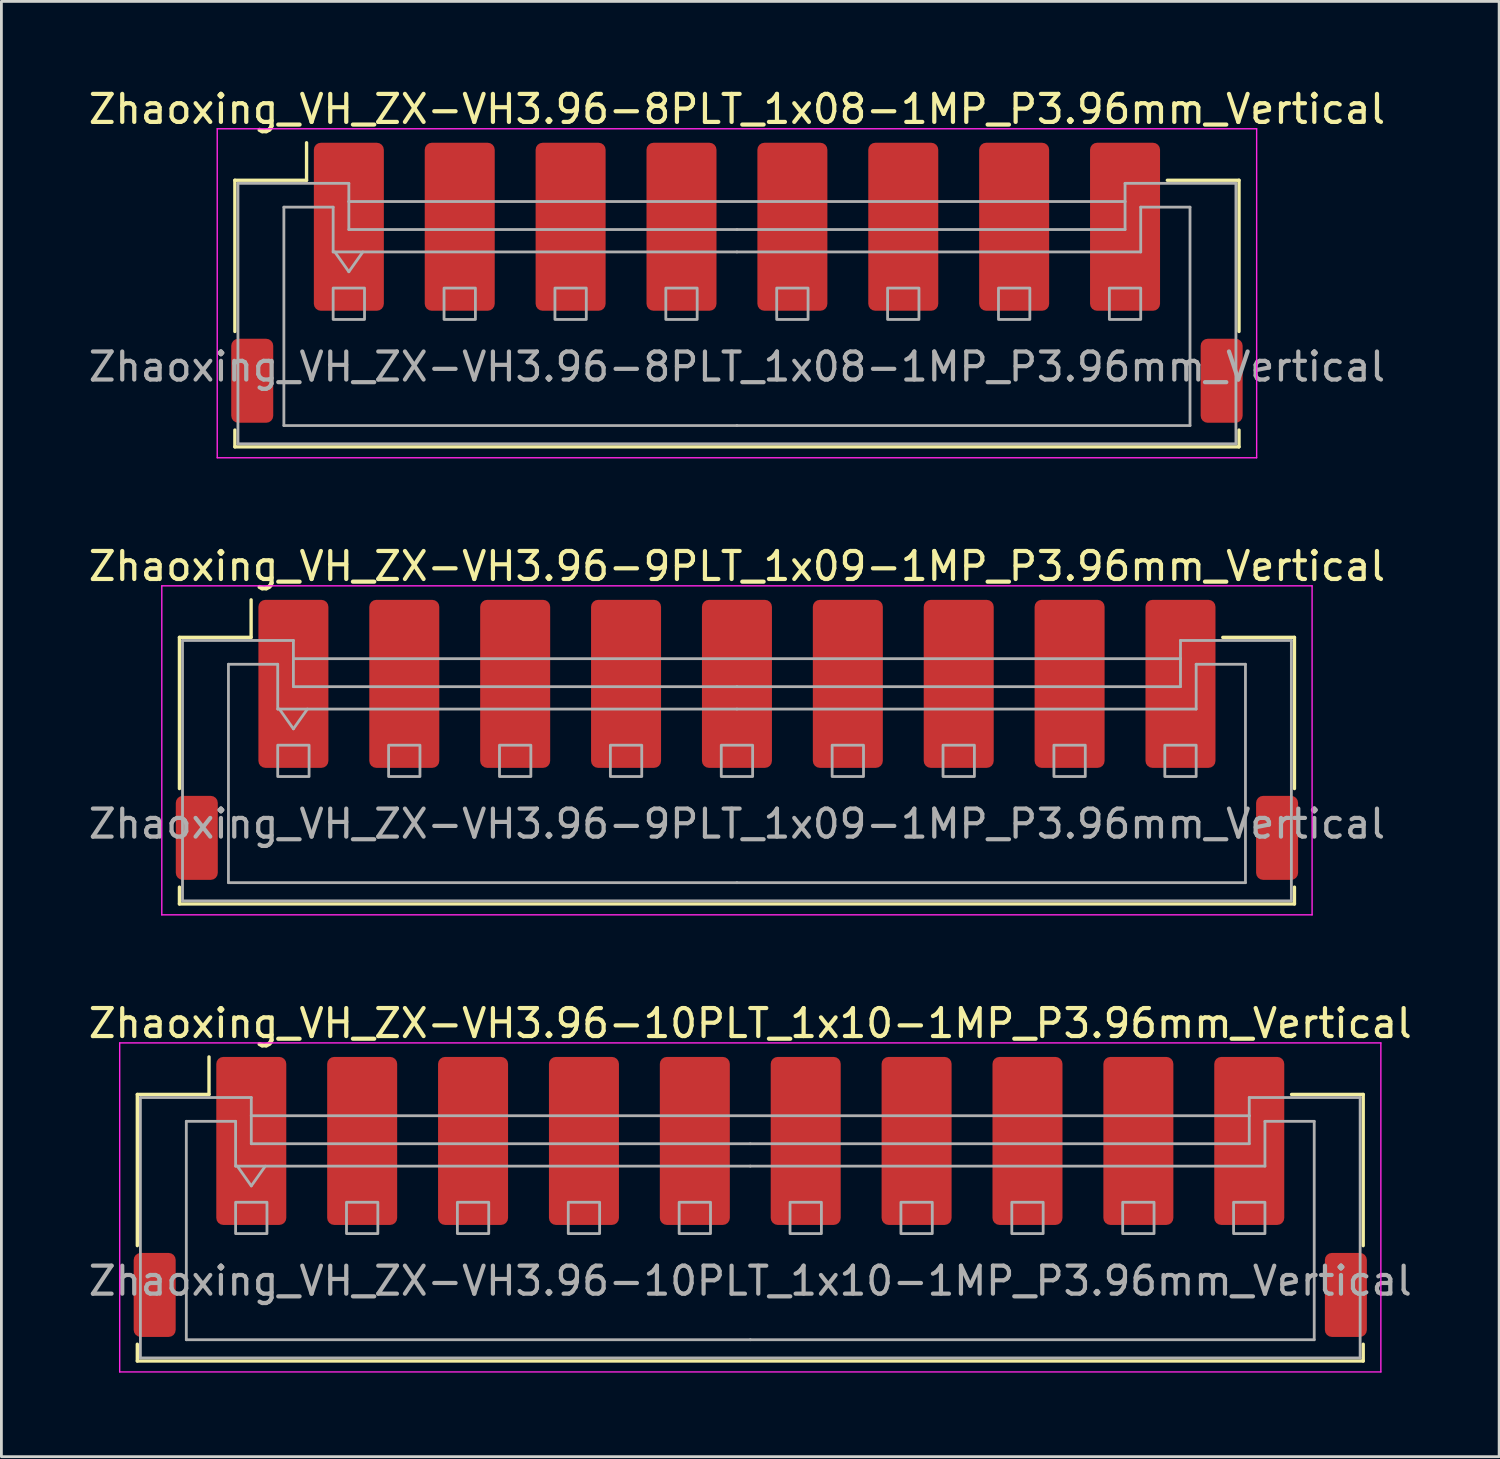
<source format=kicad_pcb>
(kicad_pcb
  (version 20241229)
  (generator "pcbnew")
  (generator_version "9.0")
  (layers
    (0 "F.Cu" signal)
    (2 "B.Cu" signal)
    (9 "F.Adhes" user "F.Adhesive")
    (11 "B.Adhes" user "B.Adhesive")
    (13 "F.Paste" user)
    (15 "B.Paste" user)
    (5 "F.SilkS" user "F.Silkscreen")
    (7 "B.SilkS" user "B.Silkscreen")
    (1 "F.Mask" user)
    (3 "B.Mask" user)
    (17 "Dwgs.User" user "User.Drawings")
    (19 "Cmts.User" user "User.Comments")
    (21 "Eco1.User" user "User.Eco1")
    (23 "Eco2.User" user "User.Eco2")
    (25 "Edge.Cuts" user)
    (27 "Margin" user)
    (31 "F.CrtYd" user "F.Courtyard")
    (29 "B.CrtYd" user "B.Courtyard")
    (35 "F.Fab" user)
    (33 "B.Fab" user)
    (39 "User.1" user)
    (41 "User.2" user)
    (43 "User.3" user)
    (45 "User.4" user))
  (footprint "Zhaoxing_VH_ZX-VH3.96-8PLT_1x08-1MP_P3.96mm_Vertical"
    (layer "F.Cu")
    (at 23.268 7.048)
    (property "Reference" "Zhaoxing_VH_ZX-VH3.96-8PLT_1x08-1MP_P3.96mm_Vertical" (at 0 -6.2 0) (layer "F.SilkS") (effects (font (size 1 1) (thickness 0.15))))
    (attr smd)
    (fp_line (start -17.93 -3.66) (end -15.37 -3.66) (stroke (width 0.12) (type solid)) (layer "F.SilkS"))
    (fp_line (start -17.93 1.74) (end -17.93 -3.66) (stroke (width 0.12) (type solid)) (layer "F.SilkS"))
    (fp_line (start -17.93 5.26) (end -17.93 5.86) (stroke (width 0.12) (type solid)) (layer "F.SilkS"))
    (fp_line (start -17.93 5.86) (end 17.93 5.86) (stroke (width 0.12) (type solid)) (layer "F.SilkS"))
    (fp_line (start -15.37 -3.66) (end -15.37 -5) (stroke (width 0.12) (type solid)) (layer "F.SilkS"))
    (fp_line (start 17.93 -3.66) (end 15.37 -3.66) (stroke (width 0.12) (type solid)) (layer "F.SilkS"))
    (fp_line (start 17.93 1.74) (end 17.93 -3.66) (stroke (width 0.12) (type solid)) (layer "F.SilkS"))
    (fp_line (start 17.93 5.86) (end 17.93 5.26) (stroke (width 0.12) (type solid)) (layer "F.SilkS"))
    (fp_line (start -18.56 -5.5) (end -18.56 6.25) (stroke (width 0.05) (type solid)) (layer "F.CrtYd"))
    (fp_line (start -18.56 6.25) (end 18.56 6.25) (stroke (width 0.05) (type solid)) (layer "F.CrtYd"))
    (fp_line (start 18.56 -5.5) (end -18.56 -5.5) (stroke (width 0.05) (type solid)) (layer "F.CrtYd"))
    (fp_line (start 18.56 6.25) (end 18.56 -5.5) (stroke (width 0.05) (type solid)) (layer "F.CrtYd"))
    (fp_line (start -17.82 -3.55) (end -17.82 5.75) (stroke (width 0.1) (type solid)) (layer "F.Fab"))
    (fp_line (start -17.82 -3.55) (end -13.86 -3.55) (stroke (width 0.1) (type solid)) (layer "F.Fab"))
    (fp_line (start -17.82 5.75) (end 17.82 5.75) (stroke (width 0.1) (type solid)) (layer "F.Fab"))
    (fp_line (start -16.18 -2.7) (end -16.18 5.1) (stroke (width 0.1) (type solid)) (layer "F.Fab"))
    (fp_line (start -16.18 5.1) (end 0 5.1) (stroke (width 0.1) (type solid)) (layer "F.Fab"))
    (fp_line (start -14.42 -2.7) (end -16.18 -2.7) (stroke (width 0.1) (type solid)) (layer "F.Fab"))
    (fp_line (start -14.42 -1.1) (end -14.42 -2.7) (stroke (width 0.1) (type solid)) (layer "F.Fab"))
    (fp_line (start -14.36 -1.1) (end -13.86 -0.393) (stroke (width 0.1) (type solid)) (layer "F.Fab"))
    (fp_line (start -13.86 -3.55) (end -13.86 -2.9) (stroke (width 0.1) (type solid)) (layer "F.Fab"))
    (fp_line (start -13.86 -2.9) (end 13.86 -2.9) (stroke (width 0.1) (type solid)) (layer "F.Fab"))
    (fp_line (start -13.86 -1.9) (end -13.86 -2.9) (stroke (width 0.1) (type solid)) (layer "F.Fab"))
    (fp_line (start -13.86 -0.393) (end -13.36 -1.1) (stroke (width 0.1) (type solid)) (layer "F.Fab"))
    (fp_line (start 0 -1.9) (end -13.86 -1.9) (stroke (width 0.1) (type solid)) (layer "F.Fab"))
    (fp_line (start 0 -1.9) (end 13.86 -1.9) (stroke (width 0.1) (type solid)) (layer "F.Fab"))
    (fp_line (start 0 -1.1) (end -14.42 -1.1) (stroke (width 0.1) (type solid)) (layer "F.Fab"))
    (fp_line (start 0 -1.1) (end 14.42 -1.1) (stroke (width 0.1) (type solid)) (layer "F.Fab"))
    (fp_line (start 13.86 -3.55) (end 17.82 -3.55) (stroke (width 0.1) (type solid)) (layer "F.Fab"))
    (fp_line (start 13.86 -2.9) (end 13.86 -3.55) (stroke (width 0.1) (type solid)) (layer "F.Fab"))
    (fp_line (start 13.86 -1.9) (end 13.86 -2.9) (stroke (width 0.1) (type solid)) (layer "F.Fab"))
    (fp_line (start 14.42 -2.7) (end 16.18 -2.7) (stroke (width 0.1) (type solid)) (layer "F.Fab"))
    (fp_line (start 14.42 -1.1) (end 14.42 -2.7) (stroke (width 0.1) (type solid)) (layer "F.Fab"))
    (fp_line (start 16.18 -2.7) (end 16.18 5.1) (stroke (width 0.1) (type solid)) (layer "F.Fab"))
    (fp_line (start 16.18 5.1) (end 0 5.1) (stroke (width 0.1) (type solid)) (layer "F.Fab"))
    (fp_line (start 17.82 -3.55) (end 17.82 5.75) (stroke (width 0.1) (type solid)) (layer "F.Fab"))
    (fp_rect (start -14.42 0.19) (end -13.3 1.31) (stroke (width 0.1) (type solid)) (fill no) (layer "F.Fab"))
    (fp_rect (start -10.46 0.19) (end -9.34 1.31) (stroke (width 0.1) (type solid)) (fill no) (layer "F.Fab"))
    (fp_rect (start -6.5 0.19) (end -5.38 1.31) (stroke (width 0.1) (type solid)) (fill no) (layer "F.Fab"))
    (fp_rect (start -2.54 0.19) (end -1.42 1.31) (stroke (width 0.1) (type solid)) (fill no) (layer "F.Fab"))
    (fp_rect (start 1.42 0.19) (end 2.54 1.31) (stroke (width 0.1) (type solid)) (fill no) (layer "F.Fab"))
    (fp_rect (start 5.38 0.19) (end 6.5 1.31) (stroke (width 0.1) (type solid)) (fill no) (layer "F.Fab"))
    (fp_rect (start 9.34 0.19) (end 10.46 1.31) (stroke (width 0.1) (type solid)) (fill no) (layer "F.Fab"))
    (fp_rect (start 13.3 0.19) (end 14.42 1.31) (stroke (width 0.1) (type solid)) (fill no) (layer "F.Fab"))
    (fp_text user "${REFERENCE}" (at 0 3 0) (layer "F.Fab") (effects (font (size 1 1) (thickness 0.15))))
    (pad "1" smd roundrect (at -13.86 -2) (size 2.5 6) (layers "F.Cu" "F.Mask" "F.Paste") (roundrect_rratio 0.1))
    (pad "2" smd roundrect (at -9.9 -2) (size 2.5 6) (layers "F.Cu" "F.Mask" "F.Paste") (roundrect_rratio 0.1))
    (pad "3" smd roundrect (at -5.94 -2) (size 2.5 6) (layers "F.Cu" "F.Mask" "F.Paste") (roundrect_rratio 0.1))
    (pad "4" smd roundrect (at -1.98 -2) (size 2.5 6) (layers "F.Cu" "F.Mask" "F.Paste") (roundrect_rratio 0.1))
    (pad "5" smd roundrect (at 1.98 -2) (size 2.5 6) (layers "F.Cu" "F.Mask" "F.Paste") (roundrect_rratio 0.1))
    (pad "6" smd roundrect (at 5.94 -2) (size 2.5 6) (layers "F.Cu" "F.Mask" "F.Paste") (roundrect_rratio 0.1))
    (pad "7" smd roundrect (at 9.9 -2) (size 2.5 6) (layers "F.Cu" "F.Mask" "F.Paste") (roundrect_rratio 0.1))
    (pad "8" smd roundrect (at 13.86 -2) (size 2.5 6) (layers "F.Cu" "F.Mask" "F.Paste") (roundrect_rratio 0.1))
    (pad "MP" smd roundrect (at -17.31 3.5) (size 1.5 3) (layers "F.Cu" "F.Mask" "F.Paste") (roundrect_rratio 0.167))
    (pad "MP" smd roundrect (at 17.31 3.5) (size 1.5 3) (layers "F.Cu" "F.Mask" "F.Paste") (roundrect_rratio 0.167)))
  (footprint "Zhaoxing_VH_ZX-VH3.96-10PLT_1x10-1MP_P3.96mm_Vertical"
    (layer "F.Cu")
    (at 23.744 39.695)
    (property "Reference" "Zhaoxing_VH_ZX-VH3.96-10PLT_1x10-1MP_P3.96mm_Vertical" (at 0 -6.2 0) (layer "F.SilkS") (effects (font (size 1 1) (thickness 0.15))))
    (attr smd)
    (fp_line (start -21.89 -3.66) (end -19.33 -3.66) (stroke (width 0.12) (type solid)) (layer "F.SilkS"))
    (fp_line (start -21.89 1.74) (end -21.89 -3.66) (stroke (width 0.12) (type solid)) (layer "F.SilkS"))
    (fp_line (start -21.89 5.26) (end -21.89 5.86) (stroke (width 0.12) (type solid)) (layer "F.SilkS"))
    (fp_line (start -21.89 5.86) (end 21.89 5.86) (stroke (width 0.12) (type solid)) (layer "F.SilkS"))
    (fp_line (start -19.33 -3.66) (end -19.33 -5) (stroke (width 0.12) (type solid)) (layer "F.SilkS"))
    (fp_line (start 21.89 -3.66) (end 19.33 -3.66) (stroke (width 0.12) (type solid)) (layer "F.SilkS"))
    (fp_line (start 21.89 1.74) (end 21.89 -3.66) (stroke (width 0.12) (type solid)) (layer "F.SilkS"))
    (fp_line (start 21.89 5.86) (end 21.89 5.26) (stroke (width 0.12) (type solid)) (layer "F.SilkS"))
    (fp_line (start -22.52 -5.5) (end -22.52 6.25) (stroke (width 0.05) (type solid)) (layer "F.CrtYd"))
    (fp_line (start -22.52 6.25) (end 22.52 6.25) (stroke (width 0.05) (type solid)) (layer "F.CrtYd"))
    (fp_line (start 22.52 -5.5) (end -22.52 -5.5) (stroke (width 0.05) (type solid)) (layer "F.CrtYd"))
    (fp_line (start 22.52 6.25) (end 22.52 -5.5) (stroke (width 0.05) (type solid)) (layer "F.CrtYd"))
    (fp_line (start -21.78 -3.55) (end -21.78 5.75) (stroke (width 0.1) (type solid)) (layer "F.Fab"))
    (fp_line (start -21.78 -3.55) (end -17.82 -3.55) (stroke (width 0.1) (type solid)) (layer "F.Fab"))
    (fp_line (start -21.78 5.75) (end 21.78 5.75) (stroke (width 0.1) (type solid)) (layer "F.Fab"))
    (fp_line (start -20.14 -2.7) (end -20.14 5.1) (stroke (width 0.1) (type solid)) (layer "F.Fab"))
    (fp_line (start -20.14 5.1) (end 0 5.1) (stroke (width 0.1) (type solid)) (layer "F.Fab"))
    (fp_line (start -18.38 -2.7) (end -20.14 -2.7) (stroke (width 0.1) (type solid)) (layer "F.Fab"))
    (fp_line (start -18.38 -1.1) (end -18.38 -2.7) (stroke (width 0.1) (type solid)) (layer "F.Fab"))
    (fp_line (start -18.32 -1.1) (end -17.82 -0.393) (stroke (width 0.1) (type solid)) (layer "F.Fab"))
    (fp_line (start -17.82 -3.55) (end -17.82 -2.9) (stroke (width 0.1) (type solid)) (layer "F.Fab"))
    (fp_line (start -17.82 -2.9) (end 17.82 -2.9) (stroke (width 0.1) (type solid)) (layer "F.Fab"))
    (fp_line (start -17.82 -1.9) (end -17.82 -2.9) (stroke (width 0.1) (type solid)) (layer "F.Fab"))
    (fp_line (start -17.82 -0.393) (end -17.32 -1.1) (stroke (width 0.1) (type solid)) (layer "F.Fab"))
    (fp_line (start 0 -1.9) (end -17.82 -1.9) (stroke (width 0.1) (type solid)) (layer "F.Fab"))
    (fp_line (start 0 -1.9) (end 17.82 -1.9) (stroke (width 0.1) (type solid)) (layer "F.Fab"))
    (fp_line (start 0 -1.1) (end -18.38 -1.1) (stroke (width 0.1) (type solid)) (layer "F.Fab"))
    (fp_line (start 0 -1.1) (end 18.38 -1.1) (stroke (width 0.1) (type solid)) (layer "F.Fab"))
    (fp_line (start 17.82 -3.55) (end 21.78 -3.55) (stroke (width 0.1) (type solid)) (layer "F.Fab"))
    (fp_line (start 17.82 -2.9) (end 17.82 -3.55) (stroke (width 0.1) (type solid)) (layer "F.Fab"))
    (fp_line (start 17.82 -1.9) (end 17.82 -2.9) (stroke (width 0.1) (type solid)) (layer "F.Fab"))
    (fp_line (start 18.38 -2.7) (end 20.14 -2.7) (stroke (width 0.1) (type solid)) (layer "F.Fab"))
    (fp_line (start 18.38 -1.1) (end 18.38 -2.7) (stroke (width 0.1) (type solid)) (layer "F.Fab"))
    (fp_line (start 20.14 -2.7) (end 20.14 5.1) (stroke (width 0.1) (type solid)) (layer "F.Fab"))
    (fp_line (start 20.14 5.1) (end 0 5.1) (stroke (width 0.1) (type solid)) (layer "F.Fab"))
    (fp_line (start 21.78 -3.55) (end 21.78 5.75) (stroke (width 0.1) (type solid)) (layer "F.Fab"))
    (fp_rect (start -18.38 0.19) (end -17.26 1.31) (stroke (width 0.1) (type solid)) (fill no) (layer "F.Fab"))
    (fp_rect (start -14.42 0.19) (end -13.3 1.31) (stroke (width 0.1) (type solid)) (fill no) (layer "F.Fab"))
    (fp_rect (start -10.46 0.19) (end -9.34 1.31) (stroke (width 0.1) (type solid)) (fill no) (layer "F.Fab"))
    (fp_rect (start -6.5 0.19) (end -5.38 1.31) (stroke (width 0.1) (type solid)) (fill no) (layer "F.Fab"))
    (fp_rect (start -2.54 0.19) (end -1.42 1.31) (stroke (width 0.1) (type solid)) (fill no) (layer "F.Fab"))
    (fp_rect (start 1.42 0.19) (end 2.54 1.31) (stroke (width 0.1) (type solid)) (fill no) (layer "F.Fab"))
    (fp_rect (start 5.38 0.19) (end 6.5 1.31) (stroke (width 0.1) (type solid)) (fill no) (layer "F.Fab"))
    (fp_rect (start 9.34 0.19) (end 10.46 1.31) (stroke (width 0.1) (type solid)) (fill no) (layer "F.Fab"))
    (fp_rect (start 13.3 0.19) (end 14.42 1.31) (stroke (width 0.1) (type solid)) (fill no) (layer "F.Fab"))
    (fp_rect (start 17.26 0.19) (end 18.38 1.31) (stroke (width 0.1) (type solid)) (fill no) (layer "F.Fab"))
    (fp_text user "${REFERENCE}" (at 0 3 0) (layer "F.Fab") (effects (font (size 1 1) (thickness 0.15))))
    (pad "1" smd roundrect (at -17.82 -2) (size 2.5 6) (layers "F.Cu" "F.Mask" "F.Paste") (roundrect_rratio 0.1))
    (pad "2" smd roundrect (at -13.86 -2) (size 2.5 6) (layers "F.Cu" "F.Mask" "F.Paste") (roundrect_rratio 0.1))
    (pad "3" smd roundrect (at -9.9 -2) (size 2.5 6) (layers "F.Cu" "F.Mask" "F.Paste") (roundrect_rratio 0.1))
    (pad "4" smd roundrect (at -5.94 -2) (size 2.5 6) (layers "F.Cu" "F.Mask" "F.Paste") (roundrect_rratio 0.1))
    (pad "5" smd roundrect (at -1.98 -2) (size 2.5 6) (layers "F.Cu" "F.Mask" "F.Paste") (roundrect_rratio 0.1))
    (pad "6" smd roundrect (at 1.98 -2) (size 2.5 6) (layers "F.Cu" "F.Mask" "F.Paste") (roundrect_rratio 0.1))
    (pad "7" smd roundrect (at 5.94 -2) (size 2.5 6) (layers "F.Cu" "F.Mask" "F.Paste") (roundrect_rratio 0.1))
    (pad "8" smd roundrect (at 9.9 -2) (size 2.5 6) (layers "F.Cu" "F.Mask" "F.Paste") (roundrect_rratio 0.1))
    (pad "9" smd roundrect (at 13.86 -2) (size 2.5 6) (layers "F.Cu" "F.Mask" "F.Paste") (roundrect_rratio 0.1))
    (pad "10" smd roundrect (at 17.82 -2) (size 2.5 6) (layers "F.Cu" "F.Mask" "F.Paste") (roundrect_rratio 0.1))
    (pad "MP" smd roundrect (at -21.27 3.5) (size 1.5 3) (layers "F.Cu" "F.Mask" "F.Paste") (roundrect_rratio 0.167))
    (pad "MP" smd roundrect (at 21.27 3.5) (size 1.5 3) (layers "F.Cu" "F.Mask" "F.Paste") (roundrect_rratio 0.167)))
  (footprint "Zhaoxing_VH_ZX-VH3.96-9PLT_1x09-1MP_P3.96mm_Vertical"
    (layer "F.Cu")
    (at 23.268 23.372)
    (property "Reference" "Zhaoxing_VH_ZX-VH3.96-9PLT_1x09-1MP_P3.96mm_Vertical" (at 0 -6.2 0) (layer "F.SilkS") (effects (font (size 1 1) (thickness 0.15))))
    (attr smd)
    (fp_line (start -19.91 -3.66) (end -17.35 -3.66) (stroke (width 0.12) (type solid)) (layer "F.SilkS"))
    (fp_line (start -19.91 1.74) (end -19.91 -3.66) (stroke (width 0.12) (type solid)) (layer "F.SilkS"))
    (fp_line (start -19.91 5.26) (end -19.91 5.86) (stroke (width 0.12) (type solid)) (layer "F.SilkS"))
    (fp_line (start -19.91 5.86) (end 19.91 5.86) (stroke (width 0.12) (type solid)) (layer "F.SilkS"))
    (fp_line (start -17.35 -3.66) (end -17.35 -5) (stroke (width 0.12) (type solid)) (layer "F.SilkS"))
    (fp_line (start 19.91 -3.66) (end 17.35 -3.66) (stroke (width 0.12) (type solid)) (layer "F.SilkS"))
    (fp_line (start 19.91 1.74) (end 19.91 -3.66) (stroke (width 0.12) (type solid)) (layer "F.SilkS"))
    (fp_line (start 19.91 5.86) (end 19.91 5.26) (stroke (width 0.12) (type solid)) (layer "F.SilkS"))
    (fp_line (start -20.54 -5.5) (end -20.54 6.25) (stroke (width 0.05) (type solid)) (layer "F.CrtYd"))
    (fp_line (start -20.54 6.25) (end 20.54 6.25) (stroke (width 0.05) (type solid)) (layer "F.CrtYd"))
    (fp_line (start 20.54 -5.5) (end -20.54 -5.5) (stroke (width 0.05) (type solid)) (layer "F.CrtYd"))
    (fp_line (start 20.54 6.25) (end 20.54 -5.5) (stroke (width 0.05) (type solid)) (layer "F.CrtYd"))
    (fp_line (start -19.8 -3.55) (end -19.8 5.75) (stroke (width 0.1) (type solid)) (layer "F.Fab"))
    (fp_line (start -19.8 -3.55) (end -15.84 -3.55) (stroke (width 0.1) (type solid)) (layer "F.Fab"))
    (fp_line (start -19.8 5.75) (end 19.8 5.75) (stroke (width 0.1) (type solid)) (layer "F.Fab"))
    (fp_line (start -18.16 -2.7) (end -18.16 5.1) (stroke (width 0.1) (type solid)) (layer "F.Fab"))
    (fp_line (start -18.16 5.1) (end 0 5.1) (stroke (width 0.1) (type solid)) (layer "F.Fab"))
    (fp_line (start -16.4 -2.7) (end -18.16 -2.7) (stroke (width 0.1) (type solid)) (layer "F.Fab"))
    (fp_line (start -16.4 -1.1) (end -16.4 -2.7) (stroke (width 0.1) (type solid)) (layer "F.Fab"))
    (fp_line (start -16.34 -1.1) (end -15.84 -0.393) (stroke (width 0.1) (type solid)) (layer "F.Fab"))
    (fp_line (start -15.84 -3.55) (end -15.84 -2.9) (stroke (width 0.1) (type solid)) (layer "F.Fab"))
    (fp_line (start -15.84 -2.9) (end 15.84 -2.9) (stroke (width 0.1) (type solid)) (layer "F.Fab"))
    (fp_line (start -15.84 -1.9) (end -15.84 -2.9) (stroke (width 0.1) (type solid)) (layer "F.Fab"))
    (fp_line (start -15.84 -0.393) (end -15.34 -1.1) (stroke (width 0.1) (type solid)) (layer "F.Fab"))
    (fp_line (start 0 -1.9) (end -15.84 -1.9) (stroke (width 0.1) (type solid)) (layer "F.Fab"))
    (fp_line (start 0 -1.9) (end 15.84 -1.9) (stroke (width 0.1) (type solid)) (layer "F.Fab"))
    (fp_line (start 0 -1.1) (end -16.4 -1.1) (stroke (width 0.1) (type solid)) (layer "F.Fab"))
    (fp_line (start 0 -1.1) (end 16.4 -1.1) (stroke (width 0.1) (type solid)) (layer "F.Fab"))
    (fp_line (start 15.84 -3.55) (end 19.8 -3.55) (stroke (width 0.1) (type solid)) (layer "F.Fab"))
    (fp_line (start 15.84 -2.9) (end 15.84 -3.55) (stroke (width 0.1) (type solid)) (layer "F.Fab"))
    (fp_line (start 15.84 -1.9) (end 15.84 -2.9) (stroke (width 0.1) (type solid)) (layer "F.Fab"))
    (fp_line (start 16.4 -2.7) (end 18.16 -2.7) (stroke (width 0.1) (type solid)) (layer "F.Fab"))
    (fp_line (start 16.4 -1.1) (end 16.4 -2.7) (stroke (width 0.1) (type solid)) (layer "F.Fab"))
    (fp_line (start 18.16 -2.7) (end 18.16 5.1) (stroke (width 0.1) (type solid)) (layer "F.Fab"))
    (fp_line (start 18.16 5.1) (end 0 5.1) (stroke (width 0.1) (type solid)) (layer "F.Fab"))
    (fp_line (start 19.8 -3.55) (end 19.8 5.75) (stroke (width 0.1) (type solid)) (layer "F.Fab"))
    (fp_rect (start -16.4 0.19) (end -15.28 1.31) (stroke (width 0.1) (type solid)) (fill no) (layer "F.Fab"))
    (fp_rect (start -12.44 0.19) (end -11.32 1.31) (stroke (width 0.1) (type solid)) (fill no) (layer "F.Fab"))
    (fp_rect (start -8.48 0.19) (end -7.36 1.31) (stroke (width 0.1) (type solid)) (fill no) (layer "F.Fab"))
    (fp_rect (start -4.52 0.19) (end -3.4 1.31) (stroke (width 0.1) (type solid)) (fill no) (layer "F.Fab"))
    (fp_rect (start -0.56 0.19) (end 0.56 1.31) (stroke (width 0.1) (type solid)) (fill no) (layer "F.Fab"))
    (fp_rect (start 3.4 0.19) (end 4.52 1.31) (stroke (width 0.1) (type solid)) (fill no) (layer "F.Fab"))
    (fp_rect (start 7.36 0.19) (end 8.48 1.31) (stroke (width 0.1) (type solid)) (fill no) (layer "F.Fab"))
    (fp_rect (start 11.32 0.19) (end 12.44 1.31) (stroke (width 0.1) (type solid)) (fill no) (layer "F.Fab"))
    (fp_rect (start 15.28 0.19) (end 16.4 1.31) (stroke (width 0.1) (type solid)) (fill no) (layer "F.Fab"))
    (fp_text user "${REFERENCE}" (at 0 3 0) (layer "F.Fab") (effects (font (size 1 1) (thickness 0.15))))
    (pad "1" smd roundrect (at -15.84 -2) (size 2.5 6) (layers "F.Cu" "F.Mask" "F.Paste") (roundrect_rratio 0.1))
    (pad "2" smd roundrect (at -11.88 -2) (size 2.5 6) (layers "F.Cu" "F.Mask" "F.Paste") (roundrect_rratio 0.1))
    (pad "3" smd roundrect (at -7.92 -2) (size 2.5 6) (layers "F.Cu" "F.Mask" "F.Paste") (roundrect_rratio 0.1))
    (pad "4" smd roundrect (at -3.96 -2) (size 2.5 6) (layers "F.Cu" "F.Mask" "F.Paste") (roundrect_rratio 0.1))
    (pad "5" smd roundrect (at 0 -2) (size 2.5 6) (layers "F.Cu" "F.Mask" "F.Paste") (roundrect_rratio 0.1))
    (pad "6" smd roundrect (at 3.96 -2) (size 2.5 6) (layers "F.Cu" "F.Mask" "F.Paste") (roundrect_rratio 0.1))
    (pad "7" smd roundrect (at 7.92 -2) (size 2.5 6) (layers "F.Cu" "F.Mask" "F.Paste") (roundrect_rratio 0.1))
    (pad "8" smd roundrect (at 11.88 -2) (size 2.5 6) (layers "F.Cu" "F.Mask" "F.Paste") (roundrect_rratio 0.1))
    (pad "9" smd roundrect (at 15.84 -2) (size 2.5 6) (layers "F.Cu" "F.Mask" "F.Paste") (roundrect_rratio 0.1))
    (pad "MP" smd roundrect (at -19.29 3.5) (size 1.5 3) (layers "F.Cu" "F.Mask" "F.Paste") (roundrect_rratio 0.167))
    (pad "MP" smd roundrect (at 19.29 3.5) (size 1.5 3) (layers "F.Cu" "F.Mask" "F.Paste") (roundrect_rratio 0.167)))
  (gr_rect
    (start -3 -3)
    (end 50.488 48.97)
    (stroke (width 0.1) (type default))
    (fill no)
    (layer "Edge.Cuts")))
</source>
